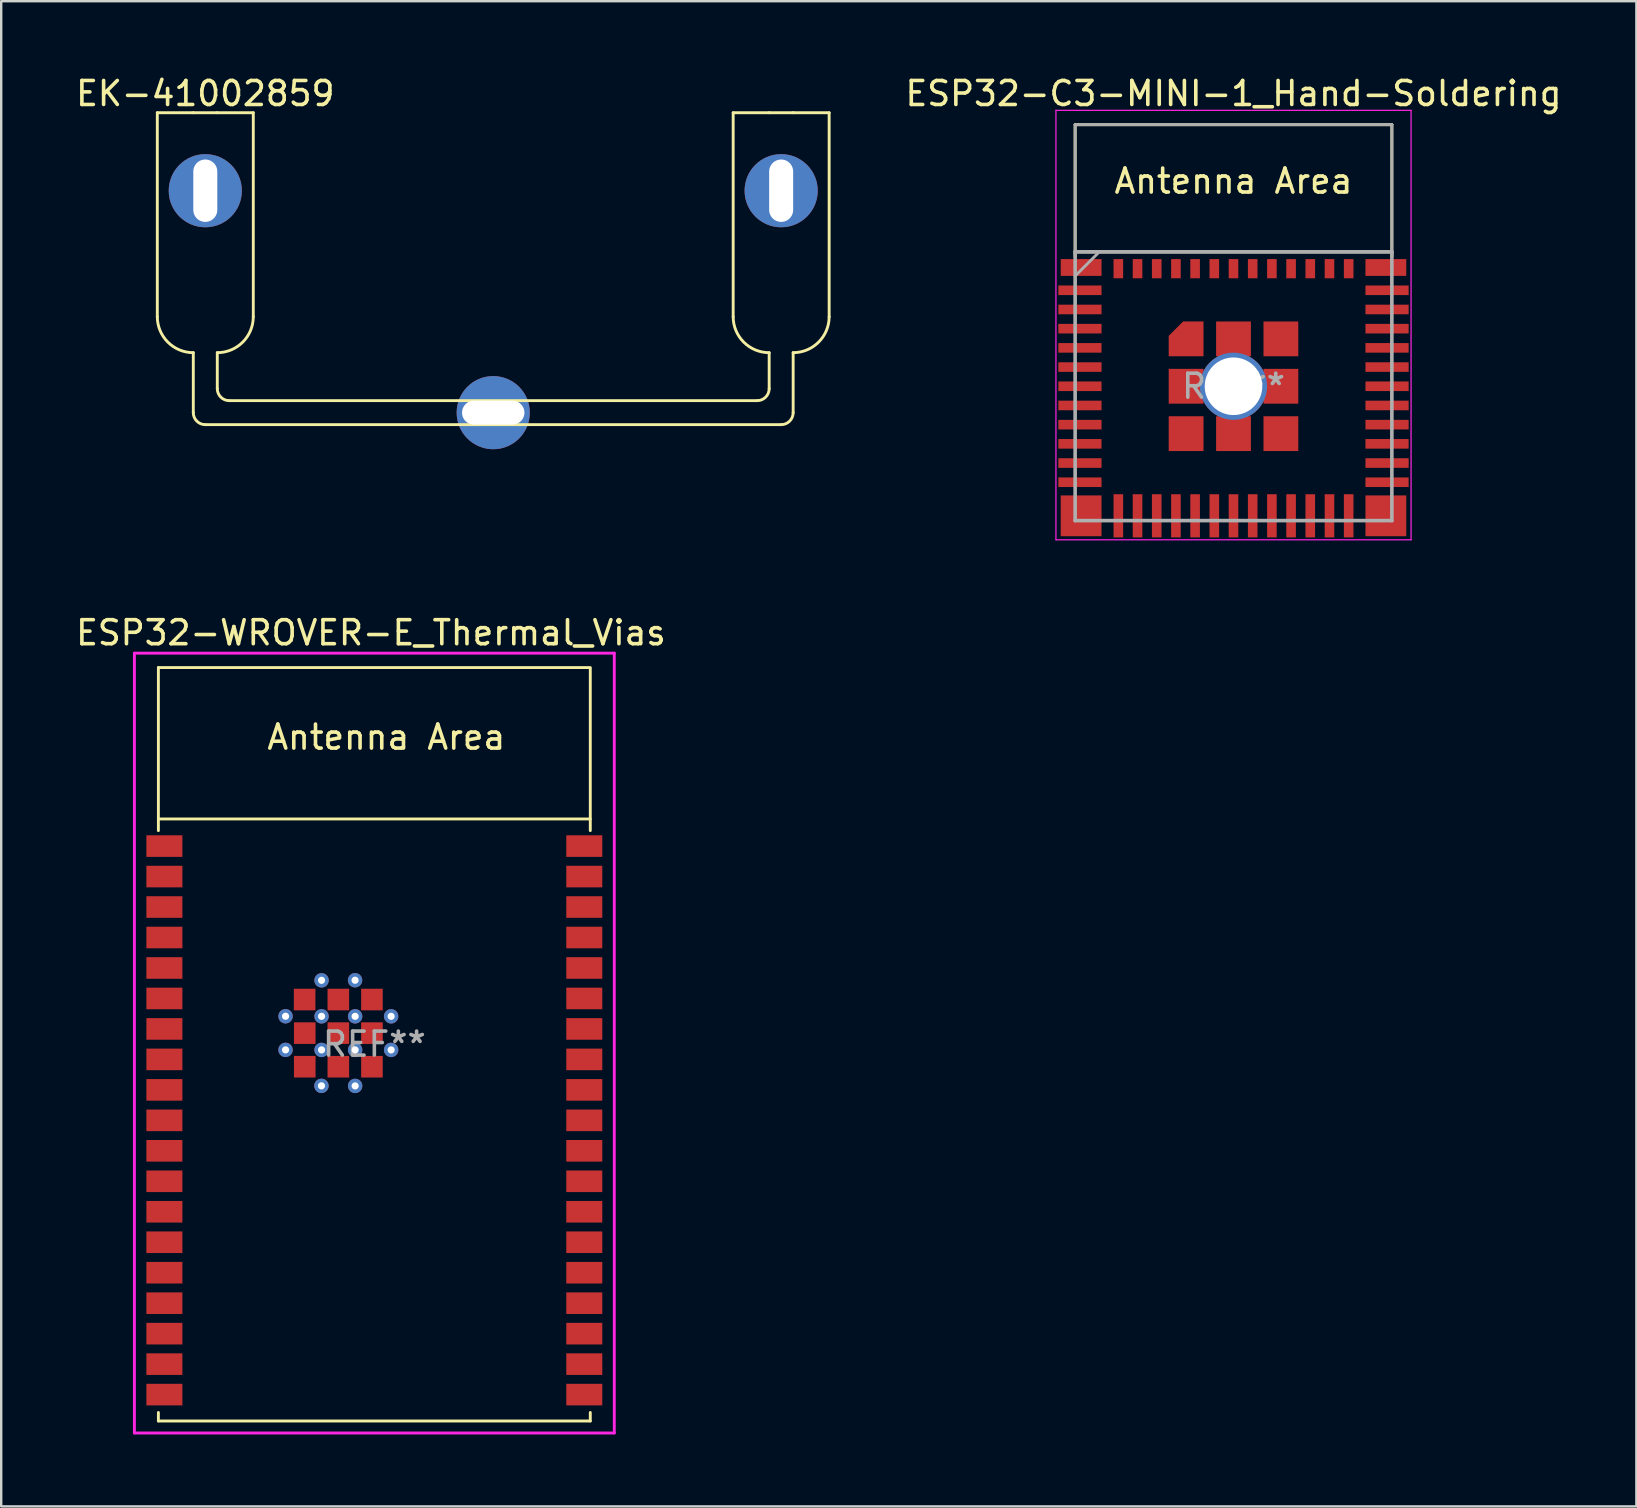
<source format=kicad_pcb>
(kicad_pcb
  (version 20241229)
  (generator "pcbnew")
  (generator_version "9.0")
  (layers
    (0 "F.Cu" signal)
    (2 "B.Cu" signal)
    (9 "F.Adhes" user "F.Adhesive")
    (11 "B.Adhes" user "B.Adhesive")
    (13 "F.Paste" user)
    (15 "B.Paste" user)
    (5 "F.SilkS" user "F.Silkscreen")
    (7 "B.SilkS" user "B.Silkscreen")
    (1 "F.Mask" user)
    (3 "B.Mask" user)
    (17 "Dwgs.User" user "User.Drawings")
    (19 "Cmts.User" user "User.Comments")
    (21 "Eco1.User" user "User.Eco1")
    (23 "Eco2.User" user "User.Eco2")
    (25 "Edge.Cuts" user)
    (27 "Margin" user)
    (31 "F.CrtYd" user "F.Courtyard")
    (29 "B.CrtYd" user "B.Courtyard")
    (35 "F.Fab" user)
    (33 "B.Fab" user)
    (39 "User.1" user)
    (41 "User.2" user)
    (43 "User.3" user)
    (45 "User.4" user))
  (footprint "ESP32-WROVER-E_Thermal_Vias"
    (layer "F.Cu")
    (at 12.551 40.467)
    (property "Reference" "ESP32-WROVER-E_Thermal_Vias" (at -0.14 -17.145 0) (layer "F.SilkS") (effects (font (size 1 1) (thickness 0.15))))
    (attr smd)
    (fp_line (start -9 -15.695) (end -9 -8.9) (stroke (width 0.12) (type solid)) (layer "F.SilkS"))
    (fp_line (start -9 -9.385) (end 9 -9.385) (stroke (width 0.12) (type solid)) (layer "F.SilkS"))
    (fp_line (start -9 15.705) (end -9 15.35) (stroke (width 0.12) (type solid)) (layer "F.SilkS"))
    (fp_line (start -9 15.705) (end 9 15.705) (stroke (width 0.12) (type solid)) (layer "F.SilkS"))
    (fp_line (start 9 -15.695) (end -9 -15.695) (stroke (width 0.12) (type solid)) (layer "F.SilkS"))
    (fp_line (start 9 -15.65) (end 9 -8.9) (stroke (width 0.12) (type solid)) (layer "F.SilkS"))
    (fp_line (start 9 15.705) (end 9 15.35) (stroke (width 0.12) (type solid)) (layer "F.SilkS"))
    (fp_line (start -9 -15.695) (end -9 15.705) (stroke (width 0.12) (type solid)) (layer "Eco2.User"))
    (fp_line (start -9 -9.385) (end 9 -9.385) (stroke (width 0.12) (type solid)) (layer "Eco2.User"))
    (fp_line (start -9 15.705) (end 9 15.705) (stroke (width 0.12) (type solid)) (layer "Eco2.User"))
    (fp_line (start 9 -15.695) (end -9 -15.695) (stroke (width 0.12) (type solid)) (layer "Eco2.User"))
    (fp_line (start 9 15.705) (end 9 -15.695) (stroke (width 0.12) (type solid)) (layer "Eco2.User"))
    (fp_line (start -10 -16.295) (end 10 -16.295) (stroke (width 0.12) (type solid)) (layer "F.CrtYd"))
    (fp_line (start -10 16.205) (end -10 -16.295) (stroke (width 0.12) (type solid)) (layer "F.CrtYd"))
    (fp_line (start 10 -16.295) (end 10 16.205) (stroke (width 0.12) (type solid)) (layer "F.CrtYd"))
    (fp_line (start 10 16.205) (end -10 16.205) (stroke (width 0.12) (type solid)) (layer "F.CrtYd"))
    (fp_text user "Antenna Area" (at 0.5 -12.795 0) (unlocked yes) (layer "F.SilkS") (effects (font (size 1 1) (thickness 0.15))))
    (fp_text user "REF**" (at 0 0 0) (layer "F.Fab") (effects (font (size 1 1) (thickness 0.15))))
    (pad "1" smd rect (at -8.75 -8.255) (size 1.5 0.9) (layers "F.Cu" "F.Mask" "F.Paste"))
    (pad "2" smd rect (at -8.75 -6.985) (size 1.5 0.9) (layers "F.Cu" "F.Mask" "F.Paste"))
    (pad "3" smd rect (at -8.75 -5.715) (size 1.5 0.9) (layers "F.Cu" "F.Mask" "F.Paste"))
    (pad "4" smd rect (at -8.75 -4.445) (size 1.5 0.9) (layers "F.Cu" "F.Mask" "F.Paste"))
    (pad "5" smd rect (at -8.75 -3.175) (size 1.5 0.9) (layers "F.Cu" "F.Mask" "F.Paste"))
    (pad "6" smd rect (at -8.75 -1.905) (size 1.5 0.9) (layers "F.Cu" "F.Mask" "F.Paste"))
    (pad "7" smd rect (at -8.75 -0.635) (size 1.5 0.9) (layers "F.Cu" "F.Mask" "F.Paste"))
    (pad "8" smd rect (at -8.75 0.635) (size 1.5 0.9) (layers "F.Cu" "F.Mask" "F.Paste"))
    (pad "9" smd rect (at -8.75 1.905) (size 1.5 0.9) (layers "F.Cu" "F.Mask" "F.Paste"))
    (pad "10" smd rect (at -8.75 3.175) (size 1.5 0.9) (layers "F.Cu" "F.Mask" "F.Paste"))
    (pad "11" smd rect (at -8.75 4.445) (size 1.5 0.9) (layers "F.Cu" "F.Mask" "F.Paste"))
    (pad "12" smd rect (at -8.75 5.715) (size 1.5 0.9) (layers "F.Cu" "F.Mask" "F.Paste"))
    (pad "13" smd rect (at -8.75 6.985) (size 1.5 0.9) (layers "F.Cu" "F.Mask" "F.Paste"))
    (pad "14" smd rect (at -8.75 8.255) (size 1.5 0.9) (layers "F.Cu" "F.Mask" "F.Paste"))
    (pad "15" smd rect (at -8.75 9.525) (size 1.5 0.9) (layers "F.Cu" "F.Mask" "F.Paste"))
    (pad "16" smd rect (at -8.75 10.795) (size 1.5 0.9) (layers "F.Cu" "F.Mask" "F.Paste"))
    (pad "17" smd rect (at -8.75 12.065) (size 1.5 0.9) (layers "F.Cu" "F.Mask" "F.Paste"))
    (pad "18" smd rect (at -8.75 13.335) (size 1.5 0.9) (layers "F.Cu" "F.Mask" "F.Paste"))
    (pad "19" smd rect (at -8.75 14.605) (size 1.5 0.9) (layers "F.Cu" "F.Mask" "F.Paste"))
    (pad "20" smd rect (at 8.75 14.605) (size 1.5 0.9) (layers "F.Cu" "F.Mask" "F.Paste"))
    (pad "21" smd rect (at 8.75 13.335) (size 1.5 0.9) (layers "F.Cu" "F.Mask" "F.Paste"))
    (pad "22" smd rect (at 8.75 12.065) (size 1.5 0.9) (layers "F.Cu" "F.Mask" "F.Paste"))
    (pad "23" smd rect (at 8.75 10.795) (size 1.5 0.9) (layers "F.Cu" "F.Mask" "F.Paste"))
    (pad "24" smd rect (at 8.75 9.525) (size 1.5 0.9) (layers "F.Cu" "F.Mask" "F.Paste"))
    (pad "25" smd rect (at 8.75 8.255) (size 1.5 0.9) (layers "F.Cu" "F.Mask" "F.Paste"))
    (pad "26" smd rect (at 8.75 6.985) (size 1.5 0.9) (layers "F.Cu" "F.Mask" "F.Paste"))
    (pad "27" smd rect (at 8.75 5.715) (size 1.5 0.9) (layers "F.Cu" "F.Mask" "F.Paste"))
    (pad "28" smd rect (at 8.75 4.445) (size 1.5 0.9) (layers "F.Cu" "F.Mask" "F.Paste"))
    (pad "29" smd rect (at 8.75 3.175) (size 1.5 0.9) (layers "F.Cu" "F.Mask" "F.Paste"))
    (pad "30" smd rect (at 8.75 1.905) (size 1.5 0.9) (layers "F.Cu" "F.Mask" "F.Paste"))
    (pad "31" smd rect (at 8.75 0.635) (size 1.5 0.9) (layers "F.Cu" "F.Mask" "F.Paste"))
    (pad "32" smd rect (at 8.75 -0.635) (size 1.5 0.9) (layers "F.Cu" "F.Mask" "F.Paste"))
    (pad "33" smd rect (at 8.75 -1.905) (size 1.5 0.9) (layers "F.Cu" "F.Mask" "F.Paste"))
    (pad "34" smd rect (at 8.75 -3.175) (size 1.5 0.9) (layers "F.Cu" "F.Mask" "F.Paste"))
    (pad "35" smd rect (at 8.75 -4.445) (size 1.5 0.9) (layers "F.Cu" "F.Mask" "F.Paste"))
    (pad "36" smd rect (at 8.75 -5.715) (size 1.5 0.9) (layers "F.Cu" "F.Mask" "F.Paste"))
    (pad "37" smd rect (at 8.75 -6.985) (size 1.5 0.9) (layers "F.Cu" "F.Mask" "F.Paste"))
    (pad "38" smd rect (at 8.75 -8.255) (size 1.5 0.9) (layers "F.Cu" "F.Mask" "F.Paste"))
    (pad "39" thru_hole circle (at -3.701 -1.163) (size 0.6 0.6) (drill 0.3) (layers "*.Cu" "*.Mask"))
    (pad "39" thru_hole circle (at -3.701 0.238) (size 0.6 0.6) (drill 0.3) (layers "*.Cu" "*.Mask"))
    (pad "39" smd rect (at -2.905 -1.86) (size 0.9 0.9) (layers "F.Cu" "F.Mask" "F.Paste"))
    (pad "39" smd rect (at -2.9 -0.46) (size 0.9 0.9) (layers "F.Cu" "F.Mask" "F.Paste"))
    (pad "39" smd rect (at -2.9 0.94) (size 0.9 0.9) (layers "F.Cu" "F.Mask" "F.Paste"))
    (pad "39" thru_hole circle (at -2.204 1.738) (size 0.6 0.6) (drill 0.3) (layers "*.Cu" "*.Mask"))
    (pad "39" thru_hole circle (at -2.2 -2.66) (size 0.6 0.6) (drill 0.3) (layers "*.Cu" "*.Mask"))
    (pad "39" thru_hole circle (at -2.2 -1.16) (size 0.6 0.6) (drill 0.3) (layers "*.Cu" "*.Mask"))
    (pad "39" thru_hole circle (at -2.2 0.24) (size 0.6 0.6) (drill 0.3) (layers "*.Cu" "*.Mask"))
    (pad "39" smd rect (at -1.5 -1.86) (size 0.9 0.9) (layers "F.Cu" "F.Mask" "F.Paste"))
    (pad "39" smd rect (at -1.5 -0.46) (size 0.9 0.9) (layers "F.Cu" "F.Mask" "F.Paste"))
    (pad "39" smd rect (at -1.5 0.94) (size 0.9 0.9) (layers "F.Cu" "F.Mask" "F.Paste"))
    (pad "39" thru_hole circle (at -0.803 -2.664) (size 0.6 0.6) (drill 0.3) (layers "*.Cu" "*.Mask"))
    (pad "39" thru_hole circle (at -0.8 -1.16) (size 0.6 0.6) (drill 0.3) (layers "*.Cu" "*.Mask"))
    (pad "39" thru_hole circle (at -0.8 0.24) (size 0.6 0.6) (drill 0.3) (layers "*.Cu" "*.Mask"))
    (pad "39" thru_hole circle (at -0.8 1.74) (size 0.6 0.6) (drill 0.3) (layers "*.Cu" "*.Mask"))
    (pad "39" smd rect (at -0.1 -1.86) (size 0.9 0.9) (layers "F.Cu" "F.Mask" "F.Paste"))
    (pad "39" smd rect (at -0.1 -0.46) (size 0.9 0.9) (layers "F.Cu" "F.Mask" "F.Paste"))
    (pad "39" smd rect (at -0.1 0.94) (size 0.9 0.9) (layers "F.Cu" "F.Mask" "F.Paste"))
    (pad "39" thru_hole circle (at 0.7 -1.16) (size 0.6 0.6) (drill 0.3) (layers "*.Cu" "*.Mask"))
    (pad "39" thru_hole circle (at 0.7 0.24) (size 0.6 0.6) (drill 0.3) (layers "*.Cu" "*.Mask")))
  (footprint "EK-41002859"
    (layer "F.Cu")
    (at 17.506 14.148)
    (property "Reference" "EK-41002859" (at -12 -13.3 0) (layer "F.SilkS") (effects (font (size 1 1) (thickness 0.15))))
    (attr through_hole)
    (fp_line (start -14 -4) (end -14 -12.5) (stroke (width 0.12) (type solid)) (layer "F.SilkS"))
    (fp_line (start -12.5 -12.5) (end -14 -12.5) (stroke (width 0.12) (type solid)) (layer "F.SilkS"))
    (fp_line (start -12.5 -2.5) (end -12.5 0) (stroke (width 0.12) (type solid)) (layer "F.SilkS"))
    (fp_line (start -12 0.5) (end 12 0.5) (stroke (width 0.12) (type solid)) (layer "F.SilkS"))
    (fp_line (start -11.5 -12.5) (end -12.5 -12.5) (stroke (width 0.12) (type solid)) (layer "F.SilkS"))
    (fp_line (start -11.5 -12.5) (end -10 -12.5) (stroke (width 0.12) (type solid)) (layer "F.SilkS"))
    (fp_line (start -11.5 -1) (end -11.5 -2.5) (stroke (width 0.12) (type solid)) (layer "F.SilkS"))
    (fp_line (start -10 -4) (end -10 -12.5) (stroke (width 0.12) (type solid)) (layer "F.SilkS"))
    (fp_line (start 10 -4) (end 10 -12.5) (stroke (width 0.12) (type solid)) (layer "F.SilkS"))
    (fp_line (start 11 -0.5) (end -11 -0.5) (stroke (width 0.12) (type solid)) (layer "F.SilkS"))
    (fp_line (start 11.5 -12.5) (end 10 -12.5) (stroke (width 0.12) (type solid)) (layer "F.SilkS"))
    (fp_line (start 11.5 -2.5) (end 11.5 -1) (stroke (width 0.12) (type solid)) (layer "F.SilkS"))
    (fp_line (start 12.5 -12.5) (end 11.5 -12.5) (stroke (width 0.12) (type solid)) (layer "F.SilkS"))
    (fp_line (start 12.5 -12.5) (end 14 -12.5) (stroke (width 0.12) (type solid)) (layer "F.SilkS"))
    (fp_line (start 12.5 -2.5) (end 12.5 0) (stroke (width 0.12) (type solid)) (layer "F.SilkS"))
    (fp_line (start 14 -12.5) (end 14 -4) (stroke (width 0.12) (type solid)) (layer "F.SilkS"))
    (fp_arc (start -12.5 -2.5) (mid -13.56066 -2.93934) (end -14 -4) (stroke (width 0.12) (type solid)) (layer "F.SilkS"))
    (fp_arc (start -12 0.5) (mid -12.353553 0.353553) (end -12.5 0) (stroke (width 0.12) (type solid)) (layer "F.SilkS"))
    (fp_arc (start -11 -0.5) (mid -11.353553 -0.646447) (end -11.5 -1) (stroke (width 0.12) (type solid)) (layer "F.SilkS"))
    (fp_arc (start -10 -4) (mid -10.43934 -2.93934) (end -11.5 -2.5) (stroke (width 0.12) (type solid)) (layer "F.SilkS"))
    (fp_arc (start 11.5 -2.5) (mid 10.43934 -2.93934) (end 10 -4) (stroke (width 0.12) (type solid)) (layer "F.SilkS"))
    (fp_arc (start 11.5 -1) (mid 11.353553 -0.646447) (end 11 -0.5) (stroke (width 0.12) (type solid)) (layer "F.SilkS"))
    (fp_arc (start 12.5 0) (mid 12.353553 0.353553) (end 12 0.5) (stroke (width 0.12) (type solid)) (layer "F.SilkS"))
    (fp_arc (start 14 -4) (mid 13.56066 -2.93934) (end 12.5 -2.5) (stroke (width 0.12) (type solid)) (layer "F.SilkS"))
    (pad "1" thru_hole circle (at -12 -9.25 180) (size 3.048 3.048) (drill oval 1 2.6) (layers "*.Cu" "*.Mask"))
    (pad "1" thru_hole circle (at 0 0 180) (size 3.048 3.048) (drill oval 2.6 1) (layers "*.Cu" "*.Mask"))
    (pad "1" thru_hole circle (at 12 -9.25 180) (size 3.048 3.048) (drill oval 1 2.6) (layers "*.Cu" "*.Mask")))
  (footprint "ESP32-C3-MINI-1_Hand-Soldering"
    (layer "F.Cu")
    (at 48.358 13.048)
    (property "Reference" "ESP32-C3-MINI-1_Hand-Soldering" (at 0 -12.2 0) (layer "F.SilkS") (effects (font (size 1 1) (thickness 0.15))))
    (attr smd)
    (fp_line (start -6.6 -10.9) (end -6.6 -5.4) (stroke (width 0.12) (type solid)) (layer "F.SilkS"))
    (fp_line (start -6.6 -10.9) (end 6.6 -10.9) (stroke (width 0.12) (type solid)) (layer "F.SilkS"))
    (fp_line (start -6.6 -5.6) (end 6.6 -5.6) (stroke (width 0.12) (type solid)) (layer "F.SilkS"))
    (fp_line (start 6.6 -10.9) (end 6.6 -5.4) (stroke (width 0.12) (type solid)) (layer "F.SilkS"))
    (fp_line (start -7.4 -11.5) (end 7.4 -11.5) (stroke (width 0.05) (type solid)) (layer "F.CrtYd"))
    (fp_line (start -7.4 6.4) (end -7.4 -11.5) (stroke (width 0.05) (type solid)) (layer "F.CrtYd"))
    (fp_line (start 7.4 -11.5) (end 7.4 6.4) (stroke (width 0.05) (type solid)) (layer "F.CrtYd"))
    (fp_line (start 7.4 6.4) (end -7.4 6.4) (stroke (width 0.05) (type solid)) (layer "F.CrtYd"))
    (fp_line (start -6.6 -5.595) (end -6.6 5.6) (stroke (width 0.15) (type solid)) (layer "F.Fab"))
    (fp_line (start -6.6 -5.5) (end -6.6 -10.9) (stroke (width 0.12) (type solid)) (layer "F.Fab"))
    (fp_line (start -6.6 5.6) (end 6.6 5.6) (stroke (width 0.15) (type solid)) (layer "F.Fab"))
    (fp_line (start -5.6 -5.595) (end -6.6 -4.595) (stroke (width 0.12) (type solid)) (layer "F.Fab"))
    (fp_line (start 6.6 -10.9) (end -6.6 -10.9) (stroke (width 0.12) (type solid)) (layer "F.Fab"))
    (fp_line (start 6.6 -5.6) (end -6.6 -5.6) (stroke (width 0.15) (type solid)) (layer "F.Fab"))
    (fp_line (start 6.6 -5.5) (end 6.6 -10.9) (stroke (width 0.12) (type solid)) (layer "F.Fab"))
    (fp_line (start 6.6 5.6) (end 6.6 -5.595) (stroke (width 0.15) (type solid)) (layer "F.Fab"))
    (fp_text user "Antenna Area" (at 0 -8.55 0) (layer "F.SilkS") (effects (font (size 1 1) (thickness 0.15))))
    (fp_text user "REF**" (at 0 0 0) (layer "F.Fab") (effects (font (size 1 1) (thickness 0.15))))
    (pad "1" smd rect (at -6.4 -4 90) (size 0.4 1.8) (layers "F.Cu" "F.Mask" "F.Paste"))
    (pad "2" smd rect (at -6.4 -3.2 90) (size 0.4 1.8) (layers "F.Cu" "F.Mask" "F.Paste"))
    (pad "3" smd rect (at -6.4 -2.4 90) (size 0.4 1.8) (layers "F.Cu" "F.Mask" "F.Paste"))
    (pad "4" smd rect (at -6.4 -1.6 90) (size 0.4 1.8) (layers "F.Cu" "F.Mask" "F.Paste"))
    (pad "5" smd rect (at -6.4 -0.8 90) (size 0.4 1.8) (layers "F.Cu" "F.Mask" "F.Paste"))
    (pad "6" smd rect (at -6.4 0 90) (size 0.4 1.8) (layers "F.Cu" "F.Mask" "F.Paste"))
    (pad "7" smd rect (at -6.4 0.8 90) (size 0.4 1.8) (layers "F.Cu" "F.Mask" "F.Paste"))
    (pad "8" smd rect (at -6.4 1.6 90) (size 0.4 1.8) (layers "F.Cu" "F.Mask" "F.Paste"))
    (pad "9" smd rect (at -6.4 2.4 90) (size 0.4 1.8) (layers "F.Cu" "F.Mask" "F.Paste"))
    (pad "10" smd rect (at -6.4 3.2 90) (size 0.4 1.8) (layers "F.Cu" "F.Mask" "F.Paste"))
    (pad "11" smd rect (at -6.4 4 90) (size 0.4 1.8) (layers "F.Cu" "F.Mask" "F.Paste"))
    (pad "12" smd rect (at -4.8 5.4) (size 0.4 1.8) (layers "F.Cu" "F.Mask" "F.Paste"))
    (pad "13" smd rect (at -4 5.4) (size 0.4 1.8) (layers "F.Cu" "F.Mask" "F.Paste"))
    (pad "14" smd rect (at -3.2 5.4) (size 0.4 1.8) (layers "F.Cu" "F.Mask" "F.Paste"))
    (pad "15" smd rect (at -2.4 5.4) (size 0.4 1.8) (layers "F.Cu" "F.Mask" "F.Paste"))
    (pad "16" smd rect (at -1.6 5.4) (size 0.4 1.8) (layers "F.Cu" "F.Mask" "F.Paste"))
    (pad "17" smd rect (at -0.8 5.4) (size 0.4 1.8) (layers "F.Cu" "F.Mask" "F.Paste"))
    (pad "18" smd rect (at 0 5.4) (size 0.4 1.8) (layers "F.Cu" "F.Mask" "F.Paste"))
    (pad "19" smd rect (at 0.8 5.4) (size 0.4 1.8) (layers "F.Cu" "F.Mask" "F.Paste"))
    (pad "20" smd rect (at 1.6 5.4) (size 0.4 1.8) (layers "F.Cu" "F.Mask" "F.Paste"))
    (pad "21" smd rect (at 2.4 5.4) (size 0.4 1.8) (layers "F.Cu" "F.Mask" "F.Paste"))
    (pad "22" smd rect (at 3.2 5.4) (size 0.4 1.8) (layers "F.Cu" "F.Mask" "F.Paste"))
    (pad "23" smd rect (at 4 5.4) (size 0.4 1.8) (layers "F.Cu" "F.Mask" "F.Paste"))
    (pad "24" smd rect (at 4.8 5.4) (size 0.4 1.8) (layers "F.Cu" "F.Mask" "F.Paste"))
    (pad "25" smd rect (at 6.4 4 90) (size 0.4 1.8) (layers "F.Cu" "F.Mask" "F.Paste"))
    (pad "26" smd rect (at 6.4 3.2 90) (size 0.4 1.8) (layers "F.Cu" "F.Mask" "F.Paste"))
    (pad "27" smd rect (at 6.4 2.4 90) (size 0.4 1.8) (layers "F.Cu" "F.Mask" "F.Paste"))
    (pad "28" smd rect (at 6.4 1.6 90) (size 0.4 1.8) (layers "F.Cu" "F.Mask" "F.Paste"))
    (pad "29" smd rect (at 6.4 0.8 90) (size 0.4 1.8) (layers "F.Cu" "F.Mask" "F.Paste"))
    (pad "30" smd rect (at 6.4 0 90) (size 0.4 1.8) (layers "F.Cu" "F.Mask" "F.Paste"))
    (pad "31" smd rect (at 6.4 -0.8 90) (size 0.4 1.8) (layers "F.Cu" "F.Mask" "F.Paste"))
    (pad "32" smd rect (at 6.4 -1.6 90) (size 0.4 1.8) (layers "F.Cu" "F.Mask" "F.Paste"))
    (pad "33" smd rect (at 6.4 -2.4 90) (size 0.4 1.8) (layers "F.Cu" "F.Mask" "F.Paste"))
    (pad "34" smd rect (at 6.4 -3.2 90) (size 0.4 1.8) (layers "F.Cu" "F.Mask" "F.Paste"))
    (pad "35" smd rect (at 6.4 -4 90) (size 0.4 1.8) (layers "F.Cu" "F.Mask" "F.Paste"))
    (pad "36" smd rect (at -6.35 -4.95 90) (size 0.7 1.7) (layers "F.Cu" "F.Mask" "F.Paste"))
    (pad "36" smd rect (at -6.35 5.4 90) (size 1.7 1.7) (layers "F.Cu" "F.Mask" "F.Paste"))
    (pad "36" smd rect (at -4.8 -4.9) (size 0.4 0.8) (layers "F.Cu" "F.Mask" "F.Paste"))
    (pad "36" smd rect (at -4 -4.9) (size 0.4 0.8) (layers "F.Cu" "F.Mask" "F.Paste"))
    (pad "36" smd rect (at -3.2 -4.9) (size 0.4 0.8) (layers "F.Cu" "F.Mask" "F.Paste"))
    (pad "36" smd rect (at -2.4 -4.9) (size 0.4 0.8) (layers "F.Cu" "F.Mask" "F.Paste"))
    (pad "36" smd custom (at -1.975 -1.975) (size 0.8 0.8) (layers "F.Cu" "F.Mask" "F.Paste") (options (anchor rect)) (primitives (gr_poly (pts (xy 0.725 0.725) (xy -0.725 0.725) (xy -0.725 -0.125) (xy -0.125 -0.725) (xy 0.725 -0.725)) (width 0) (fill yes))))
    (pad "36" smd rect (at -1.975 0 90) (size 1.45 1.45) (layers "F.Cu" "F.Mask" "F.Paste"))
    (pad "36" smd rect (at -1.975 1.975 90) (size 1.45 1.45) (layers "F.Cu" "F.Mask" "F.Paste"))
    (pad "36" smd rect (at -1.6 -4.9) (size 0.4 0.8) (layers "F.Cu" "F.Mask" "F.Paste"))
    (pad "36" smd rect (at -0.8 -4.9) (size 0.4 0.8) (layers "F.Cu" "F.Mask" "F.Paste"))
    (pad "36" smd rect (at 0 -4.9) (size 0.4 0.8) (layers "F.Cu" "F.Mask" "F.Paste"))
    (pad "36" smd rect (at 0 -1.975 90) (size 1.45 1.45) (layers "F.Cu" "F.Mask" "F.Paste"))
    (pad "36" thru_hole circle (at 0 0 90) (size 2.8 2.8) (drill 2.4) (layers "*.Cu" "*.Mask"))
    (pad "36" smd rect (at 0 1.975 90) (size 1.45 1.45) (layers "F.Cu" "F.Mask" "F.Paste"))
    (pad "36" smd rect (at 0.8 -4.9) (size 0.4 0.8) (layers "F.Cu" "F.Mask" "F.Paste"))
    (pad "36" smd rect (at 1.6 -4.9) (size 0.4 0.8) (layers "F.Cu" "F.Mask" "F.Paste"))
    (pad "36" smd rect (at 1.975 -1.975 90) (size 1.45 1.45) (layers "F.Cu" "F.Mask" "F.Paste"))
    (pad "36" smd rect (at 1.975 0 90) (size 1.45 1.45) (layers "F.Cu" "F.Mask" "F.Paste"))
    (pad "36" smd rect (at 1.975 1.975 90) (size 1.45 1.45) (layers "F.Cu" "F.Mask" "F.Paste"))
    (pad "36" smd rect (at 2.4 -4.9) (size 0.4 0.8) (layers "F.Cu" "F.Mask" "F.Paste"))
    (pad "36" smd rect (at 3.2 -4.9) (size 0.4 0.8) (layers "F.Cu" "F.Mask" "F.Paste"))
    (pad "36" smd rect (at 4 -4.9) (size 0.4 0.8) (layers "F.Cu" "F.Mask" "F.Paste"))
    (pad "36" smd rect (at 4.8 -4.9) (size 0.4 0.8) (layers "F.Cu" "F.Mask" "F.Paste"))
    (pad "36" smd rect (at 6.35 -4.95 90) (size 0.7 1.7) (layers "F.Cu" "F.Mask" "F.Paste"))
    (pad "36" smd rect (at 6.35 5.4 90) (size 1.7 1.7) (layers "F.Cu" "F.Mask" "F.Paste")))
  (gr_rect
    (start -3 -3)
    (end 65.149 59.731)
    (stroke (width 0.1) (type default))
    (fill no)
    (layer "Edge.Cuts")))
</source>
